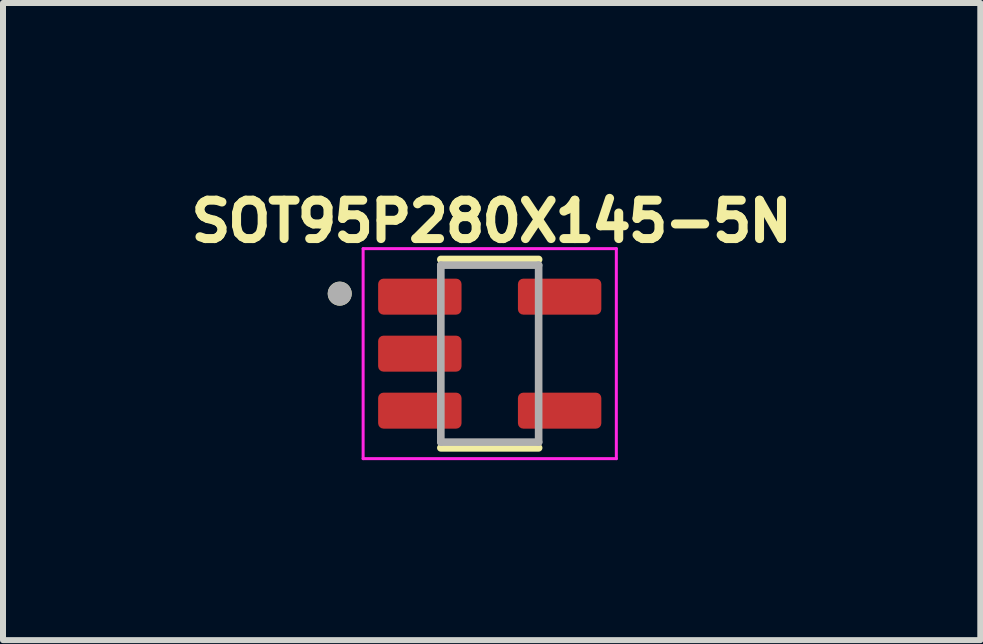
<source format=kicad_pcb>
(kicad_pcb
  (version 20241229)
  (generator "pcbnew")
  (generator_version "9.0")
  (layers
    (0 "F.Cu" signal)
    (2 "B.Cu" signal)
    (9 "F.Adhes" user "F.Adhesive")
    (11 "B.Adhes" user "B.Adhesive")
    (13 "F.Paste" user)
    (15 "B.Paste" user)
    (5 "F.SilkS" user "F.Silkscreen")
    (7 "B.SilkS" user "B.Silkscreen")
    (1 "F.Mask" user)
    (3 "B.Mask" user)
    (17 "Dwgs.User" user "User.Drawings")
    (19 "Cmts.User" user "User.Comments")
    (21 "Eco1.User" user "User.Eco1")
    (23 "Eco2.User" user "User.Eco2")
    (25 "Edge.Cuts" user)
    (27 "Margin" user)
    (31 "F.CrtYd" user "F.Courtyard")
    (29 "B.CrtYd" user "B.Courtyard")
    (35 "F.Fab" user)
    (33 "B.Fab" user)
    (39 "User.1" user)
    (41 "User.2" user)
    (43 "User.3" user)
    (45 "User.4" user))
  (footprint "SOT95P280X145-5N"
    (layer "F.Cu")
    (at 5.112 2.844)
    (property "Reference" "SOT95P280X145-5N" (at 0.032 -2.206 0) (layer "F.SilkS") (effects (font (size 0.64 0.64) (thickness 0.15))))
    (attr through_hole)
    (fp_line (start -0.815 -1.57) (end 0.815 -1.57) (stroke (width 0.127) (type solid)) (layer "F.SilkS"))
    (fp_line (start -0.815 1.57) (end 0.815 1.57) (stroke (width 0.127) (type solid)) (layer "F.SilkS"))
    (fp_circle (center -2.5 -1) (end -2.4 -1) (stroke (width 0.2) (type solid)) (fill no) (layer "F.SilkS"))
    (fp_line (start -2.11 -1.75) (end -2.11 1.75) (stroke (width 0.05) (type solid)) (layer "F.CrtYd"))
    (fp_line (start -2.11 -1.75) (end 2.11 -1.75) (stroke (width 0.05) (type solid)) (layer "F.CrtYd"))
    (fp_line (start 2.11 1.75) (end -2.11 1.75) (stroke (width 0.05) (type solid)) (layer "F.CrtYd"))
    (fp_line (start 2.11 1.75) (end 2.11 -1.75) (stroke (width 0.05) (type solid)) (layer "F.CrtYd"))
    (fp_line (start -0.815 -1.475) (end 0.815 -1.475) (stroke (width 0.127) (type solid)) (layer "F.Fab"))
    (fp_line (start -0.815 1.475) (end -0.815 -1.475) (stroke (width 0.127) (type solid)) (layer "F.Fab"))
    (fp_line (start 0.815 -1.475) (end 0.815 1.475) (stroke (width 0.127) (type solid)) (layer "F.Fab"))
    (fp_line (start 0.815 1.475) (end -0.815 1.475) (stroke (width 0.127) (type solid)) (layer "F.Fab"))
    (fp_circle (center -2.5 -1) (end -2.4 -1) (stroke (width 0.2) (type solid)) (fill no) (layer "F.Fab"))
    (pad "1" smd roundrect (at -1.165 -0.95) (size 1.39 0.6) (layers "F.Cu" "F.Mask" "F.Paste") (roundrect_rratio 0.15))
    (pad "2" smd roundrect (at -1.165 0) (size 1.39 0.6) (layers "F.Cu" "F.Mask" "F.Paste") (roundrect_rratio 0.15))
    (pad "3" smd roundrect (at -1.165 0.95) (size 1.39 0.6) (layers "F.Cu" "F.Mask" "F.Paste") (roundrect_rratio 0.15))
    (pad "4" smd roundrect (at 1.165 0.95) (size 1.39 0.6) (layers "F.Cu" "F.Mask" "F.Paste") (roundrect_rratio 0.15))
    (pad "5" smd roundrect (at 1.165 -0.95) (size 1.39 0.6) (layers "F.Cu" "F.Mask" "F.Paste") (roundrect_rratio 0.15)))
  (gr_rect
    (start -3 -3)
    (end 13.288 7.619)
    (stroke (width 0.1) (type default))
    (fill no)
    (layer "Edge.Cuts")))
</source>
